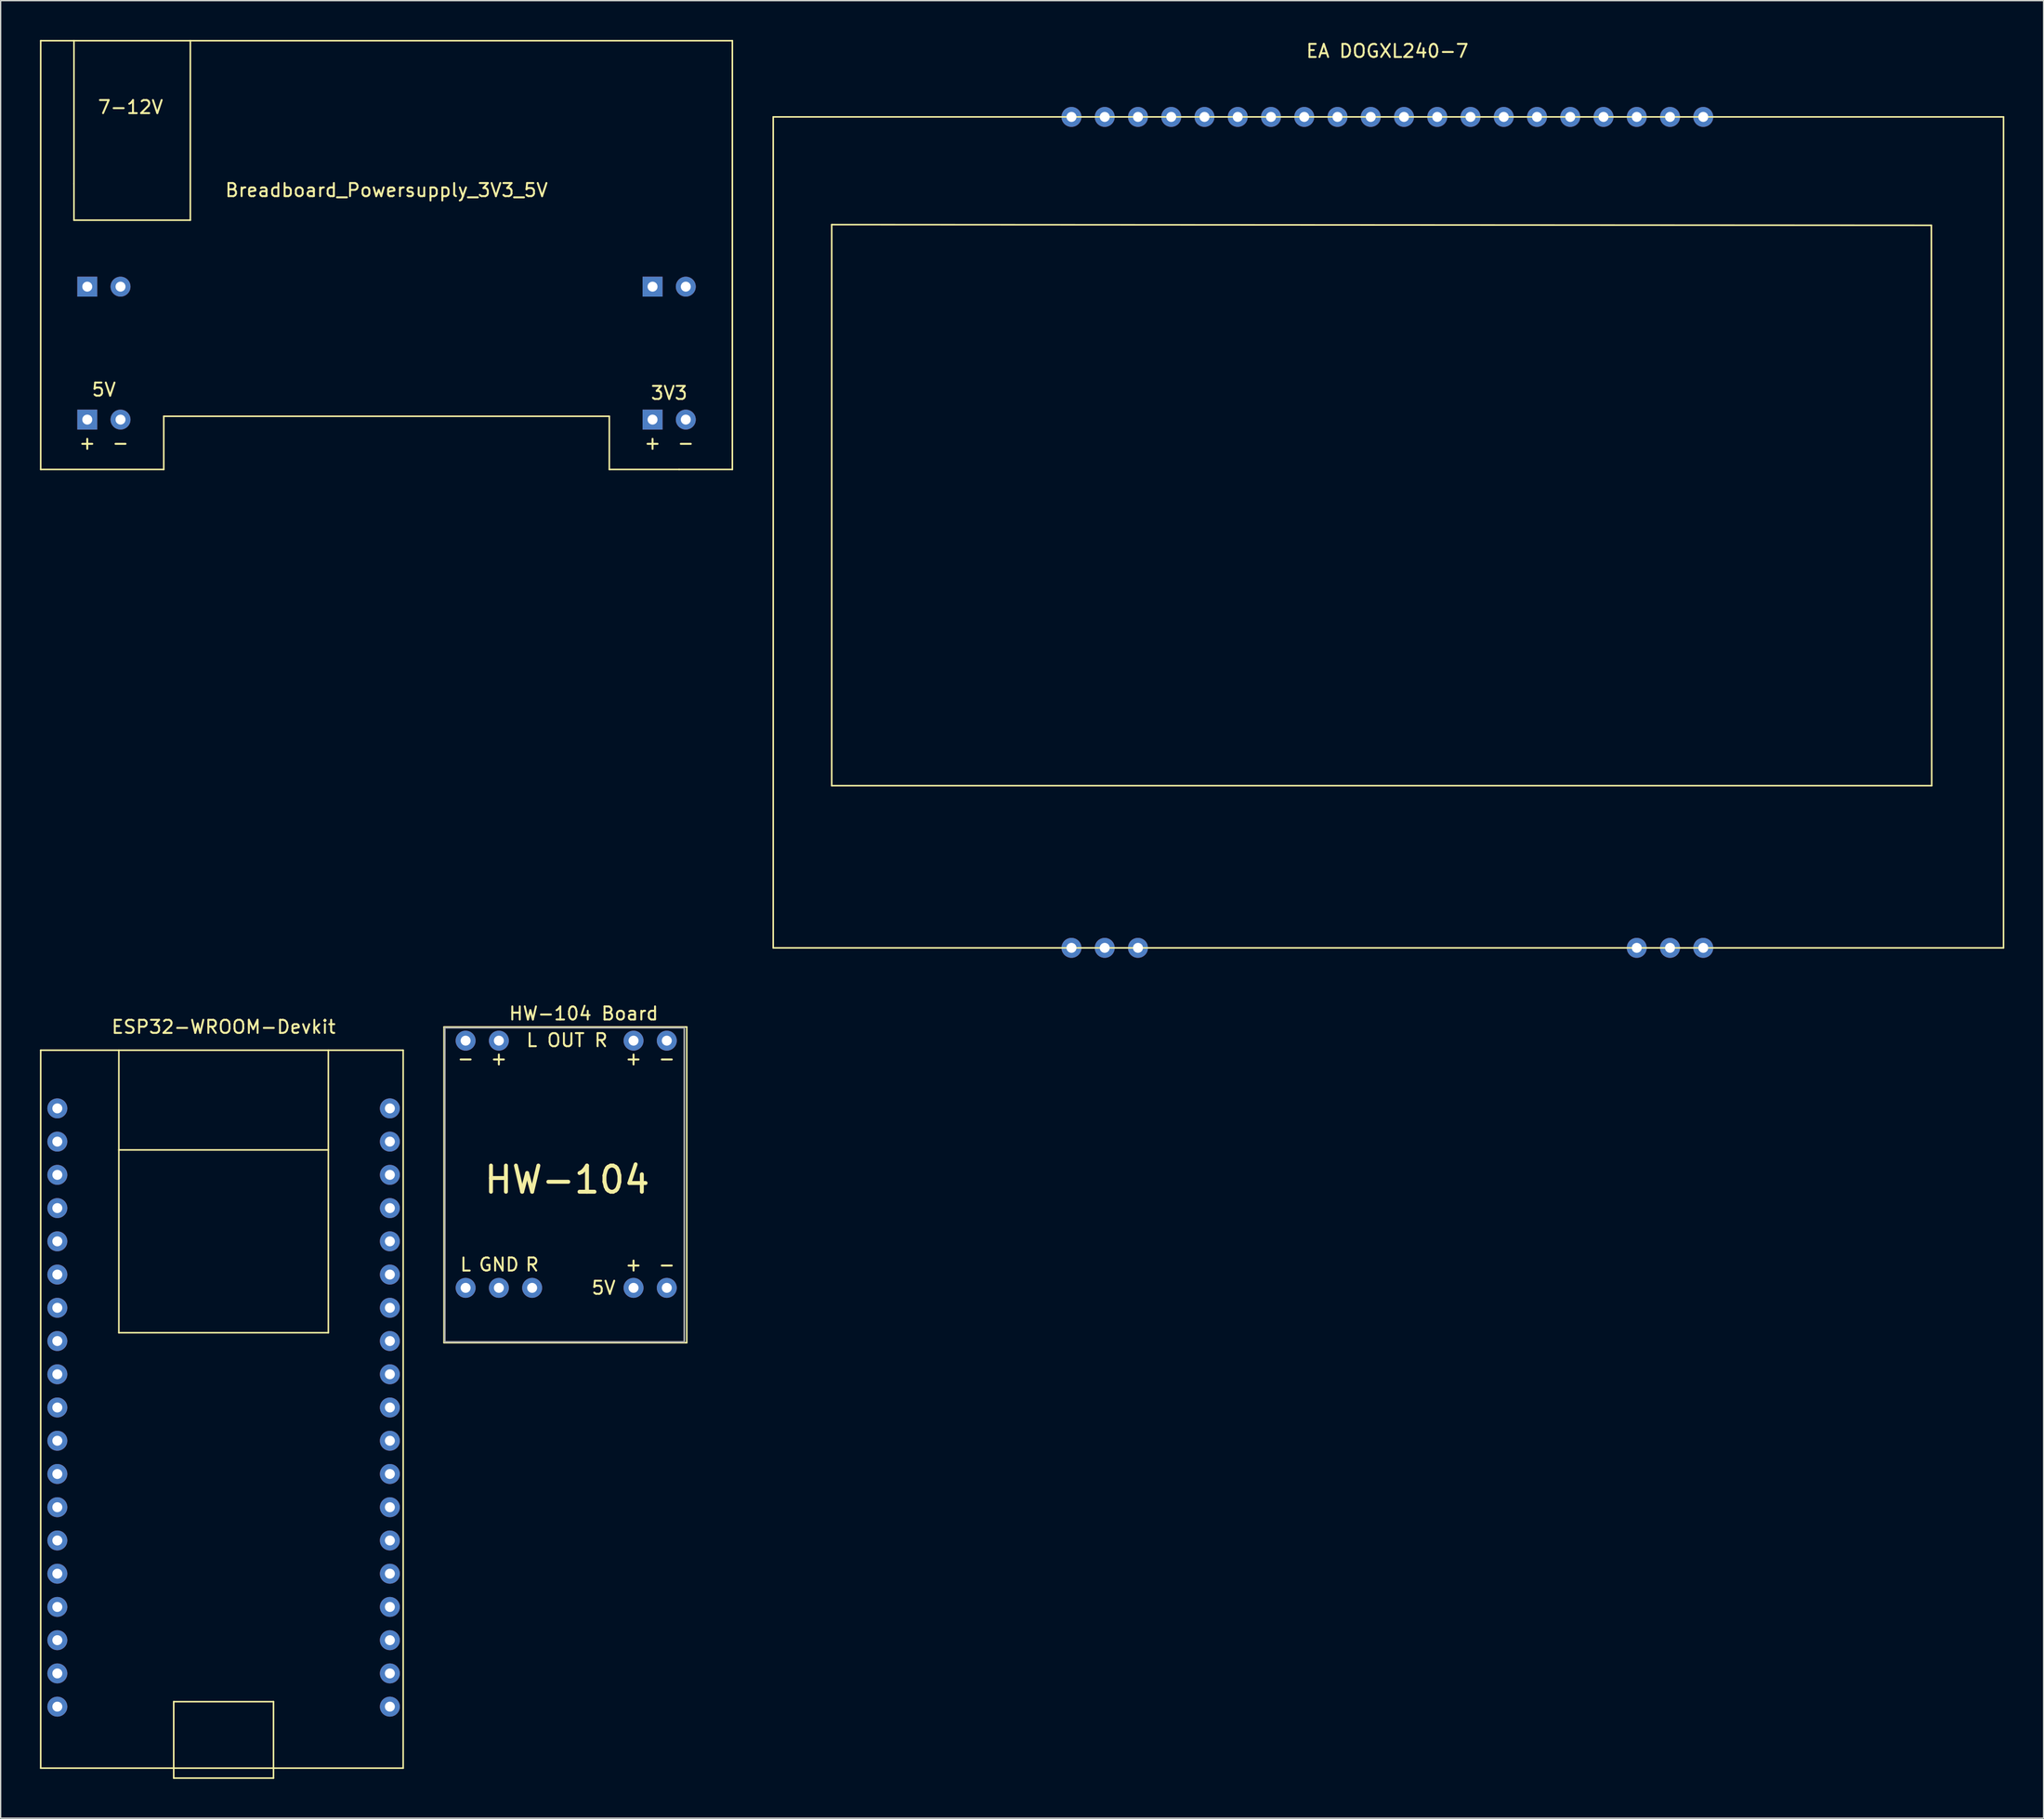
<source format=kicad_pcb>
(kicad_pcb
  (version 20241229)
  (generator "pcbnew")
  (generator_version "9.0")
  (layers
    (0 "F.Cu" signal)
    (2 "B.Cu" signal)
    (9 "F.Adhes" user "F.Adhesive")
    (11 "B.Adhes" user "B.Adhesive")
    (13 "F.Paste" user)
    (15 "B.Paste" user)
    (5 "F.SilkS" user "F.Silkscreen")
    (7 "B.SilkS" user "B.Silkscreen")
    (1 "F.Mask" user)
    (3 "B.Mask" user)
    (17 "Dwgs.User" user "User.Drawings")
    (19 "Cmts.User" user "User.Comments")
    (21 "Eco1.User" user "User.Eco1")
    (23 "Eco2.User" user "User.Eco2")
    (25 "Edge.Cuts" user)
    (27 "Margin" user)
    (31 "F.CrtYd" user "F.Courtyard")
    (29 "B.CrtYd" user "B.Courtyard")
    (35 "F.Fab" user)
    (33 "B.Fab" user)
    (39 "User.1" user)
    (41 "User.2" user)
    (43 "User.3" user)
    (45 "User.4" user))
  (footprint "EA DOGXL240-7"
    (layer "F.Cu")
    (at 102.926 5.936)
    (property "Reference" "EA DOGXL240-7" (at 0 -5.088 0) (layer "F.SilkS") (effects (font (size 1 1) (thickness 0.15))))
    (attr through_hole)
    (fp_line (start -46.914 -0.051) (end 47.066 -0.051) (stroke (width 0.12) (type solid)) (layer "F.SilkS"))
    (fp_line (start -46.914 63.449) (end -46.914 -0.051) (stroke (width 0.12) (type solid)) (layer "F.SilkS"))
    (fp_line (start -42.443 8.179) (end 41.554 8.23) (stroke (width 0.12) (type solid)) (layer "F.SilkS"))
    (fp_line (start -42.443 51.054) (end -42.443 8.179) (stroke (width 0.12) (type solid)) (layer "F.SilkS"))
    (fp_line (start 41.554 8.23) (end 41.58 51.054) (stroke (width 0.12) (type solid)) (layer "F.SilkS"))
    (fp_line (start 41.58 51.054) (end -42.443 51.054) (stroke (width 0.12) (type solid)) (layer "F.SilkS"))
    (fp_line (start 47.066 -0.051) (end 47.066 63.449) (stroke (width 0.12) (type solid)) (layer "F.SilkS"))
    (fp_line (start 47.066 63.449) (end -46.914 63.449) (stroke (width 0.12) (type solid)) (layer "F.SilkS"))
    (pad "1" thru_hole circle (at -24.13 63.449) (size 1.524 1.524) (drill 0.762) (layers "*.Cu" "*.Mask"))
    (pad "2" thru_hole circle (at -21.59 63.449) (size 1.524 1.524) (drill 0.762) (layers "*.Cu" "*.Mask"))
    (pad "3" thru_hole circle (at -19.05 63.449) (size 1.524 1.524) (drill 0.762) (layers "*.Cu" "*.Mask"))
    (pad "18" thru_hole circle (at 19.05 63.449) (size 1.524 1.524) (drill 0.762) (layers "*.Cu" "*.Mask"))
    (pad "19" thru_hole circle (at 21.59 63.449) (size 1.524 1.524) (drill 0.762) (layers "*.Cu" "*.Mask"))
    (pad "20" thru_hole circle (at 24.13 63.449) (size 1.524 1.524) (drill 0.762) (layers "*.Cu" "*.Mask"))
    (pad "21" thru_hole circle (at 24.13 -0.051) (size 1.524 1.524) (drill 0.762) (layers "*.Cu" "*.Mask"))
    (pad "22" thru_hole circle (at 21.59 -0.051) (size 1.524 1.524) (drill 0.762) (layers "*.Cu" "*.Mask"))
    (pad "23" thru_hole circle (at 19.05 -0.051) (size 1.524 1.524) (drill 0.762) (layers "*.Cu" "*.Mask"))
    (pad "24" thru_hole circle (at 16.51 -0.051) (size 1.524 1.524) (drill 0.762) (layers "*.Cu" "*.Mask"))
    (pad "25" thru_hole circle (at 13.97 -0.051) (size 1.524 1.524) (drill 0.762) (layers "*.Cu" "*.Mask"))
    (pad "26" thru_hole circle (at 11.43 -0.051) (size 1.524 1.524) (drill 0.762) (layers "*.Cu" "*.Mask"))
    (pad "27" thru_hole circle (at 8.89 -0.051) (size 1.524 1.524) (drill 0.762) (layers "*.Cu" "*.Mask"))
    (pad "28" thru_hole circle (at 6.35 -0.051) (size 1.524 1.524) (drill 0.762) (layers "*.Cu" "*.Mask"))
    (pad "29" thru_hole circle (at 3.81 -0.051) (size 1.524 1.524) (drill 0.762) (layers "*.Cu" "*.Mask"))
    (pad "30" thru_hole circle (at 1.27 -0.051) (size 1.524 1.524) (drill 0.762) (layers "*.Cu" "*.Mask"))
    (pad "31" thru_hole circle (at -1.27 -0.051) (size 1.524 1.524) (drill 0.762) (layers "*.Cu" "*.Mask"))
    (pad "32" thru_hole circle (at -3.81 -0.051) (size 1.524 1.524) (drill 0.762) (layers "*.Cu" "*.Mask"))
    (pad "33" thru_hole circle (at -6.35 -0.051) (size 1.524 1.524) (drill 0.762) (layers "*.Cu" "*.Mask"))
    (pad "34" thru_hole circle (at -8.89 -0.051) (size 1.524 1.524) (drill 0.762) (layers "*.Cu" "*.Mask"))
    (pad "35" thru_hole circle (at -11.43 -0.051) (size 1.524 1.524) (drill 0.762) (layers "*.Cu" "*.Mask"))
    (pad "36" thru_hole circle (at -13.97 -0.051) (size 1.524 1.524) (drill 0.762) (layers "*.Cu" "*.Mask"))
    (pad "37" thru_hole circle (at -16.51 -0.051) (size 1.524 1.524) (drill 0.762) (layers "*.Cu" "*.Mask"))
    (pad "38" thru_hole circle (at -19.05 -0.051) (size 1.524 1.524) (drill 0.762) (layers "*.Cu" "*.Mask"))
    (pad "39" thru_hole circle (at -21.59 -0.051) (size 1.524 1.524) (drill 0.762) (layers "*.Cu" "*.Mask"))
    (pad "40" thru_hole circle (at -24.13 -0.051) (size 1.524 1.524) (drill 0.762) (layers "*.Cu" "*.Mask")))
  (footprint "ESP32-WROOM-Devkit"
    (layer "F.Cu")
    (at 14.03 73.397)
    (property "Reference" "ESP32-WROOM-Devkit" (at 0 2.032 0) (layer "F.SilkS") (effects (font (size 1 1) (thickness 0.15))))
    (attr through_hole)
    (fp_line (start -13.97 3.81) (end 13.716 3.81) (stroke (width 0.12) (type solid)) (layer "F.SilkS"))
    (fp_line (start -13.97 58.674) (end -13.97 3.81) (stroke (width 0.12) (type solid)) (layer "F.SilkS"))
    (fp_line (start -8.001 3.81) (end -8.001 25.4) (stroke (width 0.12) (type solid)) (layer "F.SilkS"))
    (fp_line (start -8.001 11.43) (end 8.001 11.43) (stroke (width 0.12) (type solid)) (layer "F.SilkS"))
    (fp_line (start -8.001 25.4) (end 8.001 25.4) (stroke (width 0.12) (type solid)) (layer "F.SilkS"))
    (fp_line (start -3.81 53.594) (end -3.81 58.674) (stroke (width 0.12) (type solid)) (layer "F.SilkS"))
    (fp_line (start -3.81 53.594) (end 3.81 53.594) (stroke (width 0.12) (type solid)) (layer "F.SilkS"))
    (fp_line (start -3.81 58.674) (end -3.81 59.436) (stroke (width 0.12) (type solid)) (layer "F.SilkS"))
    (fp_line (start -3.81 59.436) (end 3.81 59.436) (stroke (width 0.12) (type solid)) (layer "F.SilkS"))
    (fp_line (start 3.81 53.594) (end 3.81 58.674) (stroke (width 0.12) (type solid)) (layer "F.SilkS"))
    (fp_line (start 3.81 59.436) (end 3.81 58.674) (stroke (width 0.12) (type solid)) (layer "F.SilkS"))
    (fp_line (start 8.001 25.4) (end 8.001 3.81) (stroke (width 0.12) (type solid)) (layer "F.SilkS"))
    (fp_line (start 13.716 3.81) (end 13.716 58.674) (stroke (width 0.12) (type solid)) (layer "F.SilkS"))
    (fp_line (start 13.716 58.674) (end -13.97 58.674) (stroke (width 0.12) (type solid)) (layer "F.SilkS"))
    (pad "1" thru_hole circle (at -12.7 8.255) (size 1.524 1.524) (drill 0.762) (layers "*.Cu" "*.Mask"))
    (pad "2" thru_hole circle (at -12.7 10.795) (size 1.524 1.524) (drill 0.762) (layers "*.Cu" "*.Mask"))
    (pad "3" thru_hole circle (at -12.7 13.335) (size 1.524 1.524) (drill 0.762) (layers "*.Cu" "*.Mask"))
    (pad "4" thru_hole circle (at -12.7 15.875) (size 1.524 1.524) (drill 0.762) (layers "*.Cu" "*.Mask"))
    (pad "5" thru_hole circle (at -12.7 18.415) (size 1.524 1.524) (drill 0.762) (layers "*.Cu" "*.Mask"))
    (pad "6" thru_hole circle (at -12.7 20.955) (size 1.524 1.524) (drill 0.762) (layers "*.Cu" "*.Mask"))
    (pad "7" thru_hole circle (at -12.7 23.495) (size 1.524 1.524) (drill 0.762) (layers "*.Cu" "*.Mask"))
    (pad "8" thru_hole circle (at -12.7 26.035) (size 1.524 1.524) (drill 0.762) (layers "*.Cu" "*.Mask"))
    (pad "9" thru_hole circle (at -12.7 28.575) (size 1.524 1.524) (drill 0.762) (layers "*.Cu" "*.Mask"))
    (pad "10" thru_hole circle (at -12.7 31.115) (size 1.524 1.524) (drill 0.762) (layers "*.Cu" "*.Mask"))
    (pad "11" thru_hole circle (at -12.7 33.655) (size 1.524 1.524) (drill 0.762) (layers "*.Cu" "*.Mask"))
    (pad "12" thru_hole circle (at -12.7 36.195) (size 1.524 1.524) (drill 0.762) (layers "*.Cu" "*.Mask"))
    (pad "13" thru_hole circle (at -12.7 38.735) (size 1.524 1.524) (drill 0.762) (layers "*.Cu" "*.Mask"))
    (pad "14" thru_hole circle (at -12.7 41.275) (size 1.524 1.524) (drill 0.762) (layers "*.Cu" "*.Mask"))
    (pad "15" thru_hole circle (at -12.7 43.815) (size 1.524 1.524) (drill 0.762) (layers "*.Cu" "*.Mask"))
    (pad "16" thru_hole circle (at -12.7 46.355) (size 1.524 1.524) (drill 0.762) (layers "*.Cu" "*.Mask"))
    (pad "17" thru_hole circle (at -12.7 48.895) (size 1.524 1.524) (drill 0.762) (layers "*.Cu" "*.Mask"))
    (pad "18" thru_hole circle (at -12.7 51.435) (size 1.524 1.524) (drill 0.762) (layers "*.Cu" "*.Mask"))
    (pad "19" thru_hole circle (at -12.7 53.975) (size 1.524 1.524) (drill 0.762) (layers "*.Cu" "*.Mask"))
    (pad "20" thru_hole circle (at 12.7 8.255 180) (size 1.524 1.524) (drill 0.762) (layers "*.Cu" "*.Mask"))
    (pad "21" thru_hole circle (at 12.7 10.795 180) (size 1.524 1.524) (drill 0.762) (layers "*.Cu" "*.Mask"))
    (pad "22" thru_hole circle (at 12.7 13.335 180) (size 1.524 1.524) (drill 0.762) (layers "*.Cu" "*.Mask"))
    (pad "23" thru_hole circle (at 12.7 15.875 180) (size 1.524 1.524) (drill 0.762) (layers "*.Cu" "*.Mask"))
    (pad "24" thru_hole circle (at 12.7 18.415 180) (size 1.524 1.524) (drill 0.762) (layers "*.Cu" "*.Mask"))
    (pad "25" thru_hole circle (at 12.7 20.955 180) (size 1.524 1.524) (drill 0.762) (layers "*.Cu" "*.Mask"))
    (pad "26" thru_hole circle (at 12.7 23.495 180) (size 1.524 1.524) (drill 0.762) (layers "*.Cu" "*.Mask"))
    (pad "27" thru_hole circle (at 12.7 26.035 180) (size 1.524 1.524) (drill 0.762) (layers "*.Cu" "*.Mask"))
    (pad "28" thru_hole circle (at 12.7 28.575 180) (size 1.524 1.524) (drill 0.762) (layers "*.Cu" "*.Mask"))
    (pad "29" thru_hole circle (at 12.7 31.115 180) (size 1.524 1.524) (drill 0.762) (layers "*.Cu" "*.Mask"))
    (pad "30" thru_hole circle (at 12.7 33.655 180) (size 1.524 1.524) (drill 0.762) (layers "*.Cu" "*.Mask"))
    (pad "31" thru_hole circle (at 12.7 36.195 180) (size 1.524 1.524) (drill 0.762) (layers "*.Cu" "*.Mask"))
    (pad "32" thru_hole circle (at 12.7 38.735 180) (size 1.524 1.524) (drill 0.762) (layers "*.Cu" "*.Mask"))
    (pad "33" thru_hole circle (at 12.7 41.275 180) (size 1.524 1.524) (drill 0.762) (layers "*.Cu" "*.Mask"))
    (pad "34" thru_hole circle (at 12.7 43.815 180) (size 1.524 1.524) (drill 0.762) (layers "*.Cu" "*.Mask"))
    (pad "35" thru_hole circle (at 12.7 46.355 180) (size 1.524 1.524) (drill 0.762) (layers "*.Cu" "*.Mask"))
    (pad "36" thru_hole circle (at 12.7 48.895 180) (size 1.524 1.524) (drill 0.762) (layers "*.Cu" "*.Mask"))
    (pad "37" thru_hole circle (at 12.7 51.435 180) (size 1.524 1.524) (drill 0.762) (layers "*.Cu" "*.Mask"))
    (pad "38" thru_hole circle (at 12.7 53.975 180) (size 1.524 1.524) (drill 0.762) (layers "*.Cu" "*.Mask")))
  (footprint "HW-104 Board"
    (layer "F.Cu")
    (at 40.264 73.397)
    (property "Reference" "HW-104 Board" (at 1.27 1.008 0) (layer "F.SilkS") (effects (font (size 1 1) (thickness 0.15))))
    (attr through_hole)
    (fp_line (start -9.398 2.032) (end 9.144 2.032) (stroke (width 0.12) (type solid)) (layer "F.SilkS"))
    (fp_line (start -9.398 26.162) (end -9.398 2.032) (stroke (width 0.12) (type solid)) (layer "F.SilkS"))
    (fp_line (start 9.144 2.032) (end 9.144 26.162) (stroke (width 0.12) (type solid)) (layer "F.SilkS"))
    (fp_line (start 9.144 26.162) (end -9.398 26.162) (stroke (width 0.12) (type solid)) (layer "F.SilkS"))
    (fp_line (start -9.335 2.095) (end 8.954 2.095) (stroke (width 0.12) (type solid)) (layer "F.Fab"))
    (fp_line (start -9.335 26.099) (end -9.335 2.095) (stroke (width 0.12) (type solid)) (layer "F.Fab"))
    (fp_line (start 8.954 2.095) (end 8.954 26.099) (stroke (width 0.12) (type solid)) (layer "F.Fab"))
    (fp_line (start 8.954 26.099) (end -9.335 26.099) (stroke (width 0.12) (type solid)) (layer "F.Fab"))
    (fp_text user "HW-104" (at 0 13.716 0) (layer "F.SilkS") (effects (font (size 2 2) (thickness 0.3))))
    (fp_text user "+" (at 5.08 20.193 0) (layer "F.SilkS") (effects (font (size 1 1) (thickness 0.15))))
    (fp_text user "5V" (at 2.794 21.971 0) (layer "F.SilkS") (effects (font (size 1 1) (thickness 0.15))))
    (fp_text user "L" (at -7.746 20.193 0) (layer "F.SilkS") (effects (font (size 1 1) (thickness 0.15))))
    (fp_text user "GND" (at -5.206 20.193 0) (layer "F.SilkS") (effects (font (size 1 1) (thickness 0.15))))
    (fp_text user "-" (at 7.62 4.445 0) (layer "F.SilkS") (effects (font (size 1 1) (thickness 0.15))))
    (fp_text user "+" (at 5.08 4.445 0) (layer "F.SilkS") (effects (font (size 1 1) (thickness 0.15))))
    (fp_text user "-" (at 7.62 20.193 0) (layer "F.SilkS") (effects (font (size 1 1) (thickness 0.15))))
    (fp_text user "+" (at -5.207 4.445 0) (layer "F.SilkS") (effects (font (size 1 1) (thickness 0.15))))
    (fp_text user "L OUT R" (at 0 3.048 0) (layer "F.SilkS") (effects (font (size 1 1) (thickness 0.15))))
    (fp_text user "-" (at -7.747 4.445 0) (layer "F.SilkS") (effects (font (size 1 1) (thickness 0.15))))
    (fp_text user "R" (at -2.666 20.193 0) (layer "F.SilkS") (effects (font (size 1 1) (thickness 0.15))))
    (pad "1" thru_hole circle (at -7.746 21.971) (size 1.524 1.524) (drill 0.762) (layers "*.Cu" "*.Mask"))
    (pad "2" thru_hole circle (at -5.206 21.971) (size 1.524 1.524) (drill 0.762) (layers "*.Cu" "*.Mask"))
    (pad "3" thru_hole circle (at -2.666 21.971) (size 1.524 1.524) (drill 0.762) (layers "*.Cu" "*.Mask"))
    (pad "4" thru_hole circle (at 5.08 21.971) (size 1.524 1.524) (drill 0.762) (layers "*.Cu" "*.Mask"))
    (pad "5" thru_hole circle (at 7.62 21.971) (size 1.524 1.524) (drill 0.762) (layers "*.Cu" "*.Mask"))
    (pad "6" thru_hole circle (at -7.747 3.08) (size 1.524 1.524) (drill 0.762) (layers "*.Cu" "*.Mask"))
    (pad "7" thru_hole circle (at -5.207 3.08) (size 1.524 1.524) (drill 0.762) (layers "*.Cu" "*.Mask"))
    (pad "8" thru_hole circle (at 5.08 3.08) (size 1.524 1.524) (drill 0.762) (layers "*.Cu" "*.Mask"))
    (pad "9" thru_hole circle (at 7.62 3.08) (size 1.524 1.524) (drill 0.762) (layers "*.Cu" "*.Mask")))
  (footprint "Breadboard_Powersupply_3V3_5V"
    (layer "F.Cu")
    (at 26.476 10.982)
    (property "Reference" "Breadboard_Powersupply_3V3_5V" (at 0 0.5 0) (layer "F.SilkS") (effects (font (size 1 1) (thickness 0.15))))
    (attr through_hole)
    (fp_line (start -26.416 -10.922) (end -26.416 21.844) (stroke (width 0.12) (type solid)) (layer "F.SilkS"))
    (fp_line (start -26.416 -10.922) (end 26.416 -10.922) (stroke (width 0.12) (type solid)) (layer "F.SilkS"))
    (fp_line (start -26.416 21.844) (end -17.018 21.844) (stroke (width 0.12) (type solid)) (layer "F.SilkS"))
    (fp_line (start -23.876 -10.922) (end -23.876 0) (stroke (width 0.12) (type solid)) (layer "F.SilkS"))
    (fp_line (start -23.876 0) (end -23.876 2.794) (stroke (width 0.12) (type solid)) (layer "F.SilkS"))
    (fp_line (start -23.876 2.794) (end -14.986 2.794) (stroke (width 0.12) (type solid)) (layer "F.SilkS"))
    (fp_line (start -17.018 17.78) (end 17.018 17.78) (stroke (width 0.12) (type solid)) (layer "F.SilkS"))
    (fp_line (start -17.018 21.844) (end -17.018 17.78) (stroke (width 0.12) (type solid)) (layer "F.SilkS"))
    (fp_line (start -14.986 2.794) (end -14.986 -10.922) (stroke (width 0.12) (type solid)) (layer "F.SilkS"))
    (fp_line (start 17.018 21.844) (end 17.018 17.78) (stroke (width 0.12) (type solid)) (layer "F.SilkS"))
    (fp_line (start 22.352 21.844) (end 17.018 21.844) (stroke (width 0.12) (type solid)) (layer "F.SilkS"))
    (fp_line (start 26.416 -10.922) (end 26.416 21.844) (stroke (width 0.12) (type solid)) (layer "F.SilkS"))
    (fp_line (start 26.416 21.844) (end 22.352 21.844) (stroke (width 0.12) (type solid)) (layer "F.SilkS"))
    (fp_text user "+" (at 20.32 19.812 0) (layer "F.SilkS") (effects (font (size 1 1) (thickness 0.15))))
    (fp_text user "5V" (at -21.59 15.748 0) (layer "F.SilkS") (effects (font (size 1 1) (thickness 0.15))))
    (fp_text user "-" (at 22.86 19.812 0) (layer "F.SilkS") (effects (font (size 1 1) (thickness 0.15))))
    (fp_text user "7-12V" (at -19.558 -5.842 0) (layer "F.SilkS") (effects (font (size 1 1) (thickness 0.15))))
    (fp_text user "-" (at -20.32 19.812 0) (layer "F.SilkS") (effects (font (size 1 1) (thickness 0.15))))
    (fp_text user "3V3" (at 21.59 16.002 0) (layer "F.SilkS") (effects (font (size 1 1) (thickness 0.15))))
    (fp_text user "+" (at -22.86 19.812 0) (layer "F.SilkS") (effects (font (size 1 1) (thickness 0.15))))
    (pad "1" thru_hole rect (at -22.86 18.034) (size 1.524 1.524) (drill 0.762) (layers "*.Cu" "*.Mask"))
    (pad "2" thru_hole circle (at -20.32 18.034) (size 1.524 1.524) (drill 0.762) (layers "*.Cu" "*.Mask"))
    (pad "3" thru_hole rect (at 20.32 18.034) (size 1.524 1.524) (drill 0.762) (layers "*.Cu" "*.Mask"))
    (pad "4" thru_hole circle (at 22.86 18.034) (size 1.524 1.524) (drill 0.762) (layers "*.Cu" "*.Mask"))
    (pad "5" thru_hole rect (at -22.86 7.874) (size 1.524 1.524) (drill 0.762) (layers "*.Cu" "*.Mask"))
    (pad "6" thru_hole circle (at -20.32 7.874) (size 1.524 1.524) (drill 0.762) (layers "*.Cu" "*.Mask"))
    (pad "7" thru_hole rect (at 20.32 7.874) (size 1.524 1.524) (drill 0.762) (layers "*.Cu" "*.Mask"))
    (pad "8" thru_hole circle (at 22.86 7.874) (size 1.524 1.524) (drill 0.762) (layers "*.Cu" "*.Mask")))
  (gr_rect
    (start -3 -3)
    (end 153.052 135.893)
    (stroke (width 0.1) (type default))
    (fill no)
    (layer "Edge.Cuts")))
</source>
